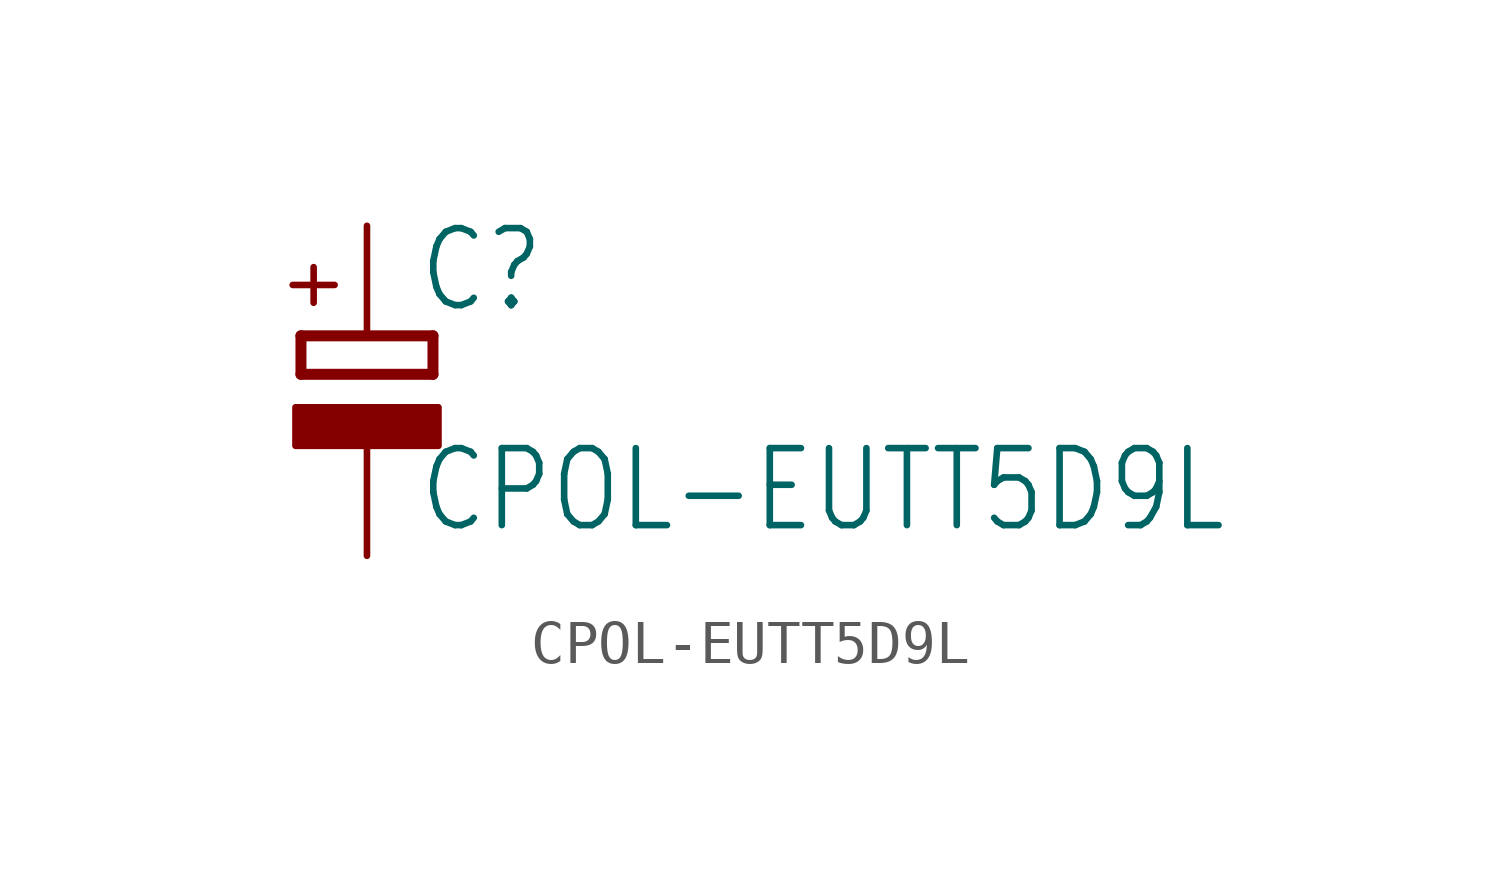
<source format=kicad_sym>
(kicad_symbol_lib
  (version 20210619)
  (generator kicad_symbol_editor)
  (symbol "CPOL-EUTT5D9L"
    (property "Reference" "C"
      (at 1.143 0.483 0)
      (effects (font (size 1.778 1.511)) (justify left bottom)))
    (property "Value" "CPOL-EUTT5D9L"
      (at 1.143 -4.597 0)
      (effects (font (size 1.778 1.511)) (justify left bottom)))
    (property "ki_locked" ""
      (at 0 0 0)
      (effects (font (size 1.27 1.27))))
    (symbol "CPOL-EUTT5D9L_1_0"
      (text "+" (at -0.584 0.406 900) (effects (font (size 1.27 1.079)) (justify left bottom)))
      (rectangle (start -1.651 -2.54) (end 1.651 -1.651) (stroke (width 0)) (fill (type outline)))
      (polyline (pts (xy -1.524 -0.889) (xy 1.524 -0.889)) (stroke (width 0.254)) (fill (type none)))
      (polyline (pts (xy -1.524 0) (xy -1.524 -0.889)) (stroke (width 0.254)) (fill (type none)))
      (polyline (pts (xy -1.524 0) (xy 1.524 0)) (stroke (width 0.254)) (fill (type none)))
      (polyline (pts (xy 1.524 -0.889) (xy 1.524 0)) (stroke (width 0.254)) (fill (type none)))
      (pin passive line (at 0 2.54 270) (length 2.54) (name "+" (effects (font (size 0 0)))) (number "+" (effects (font (size 0 0)))))
      (pin passive line (at 0 -5.08 90) (length 2.54) (name "-" (effects (font (size 0 0)))) (number "-" (effects (font (size 0 0))))))))
</source>
